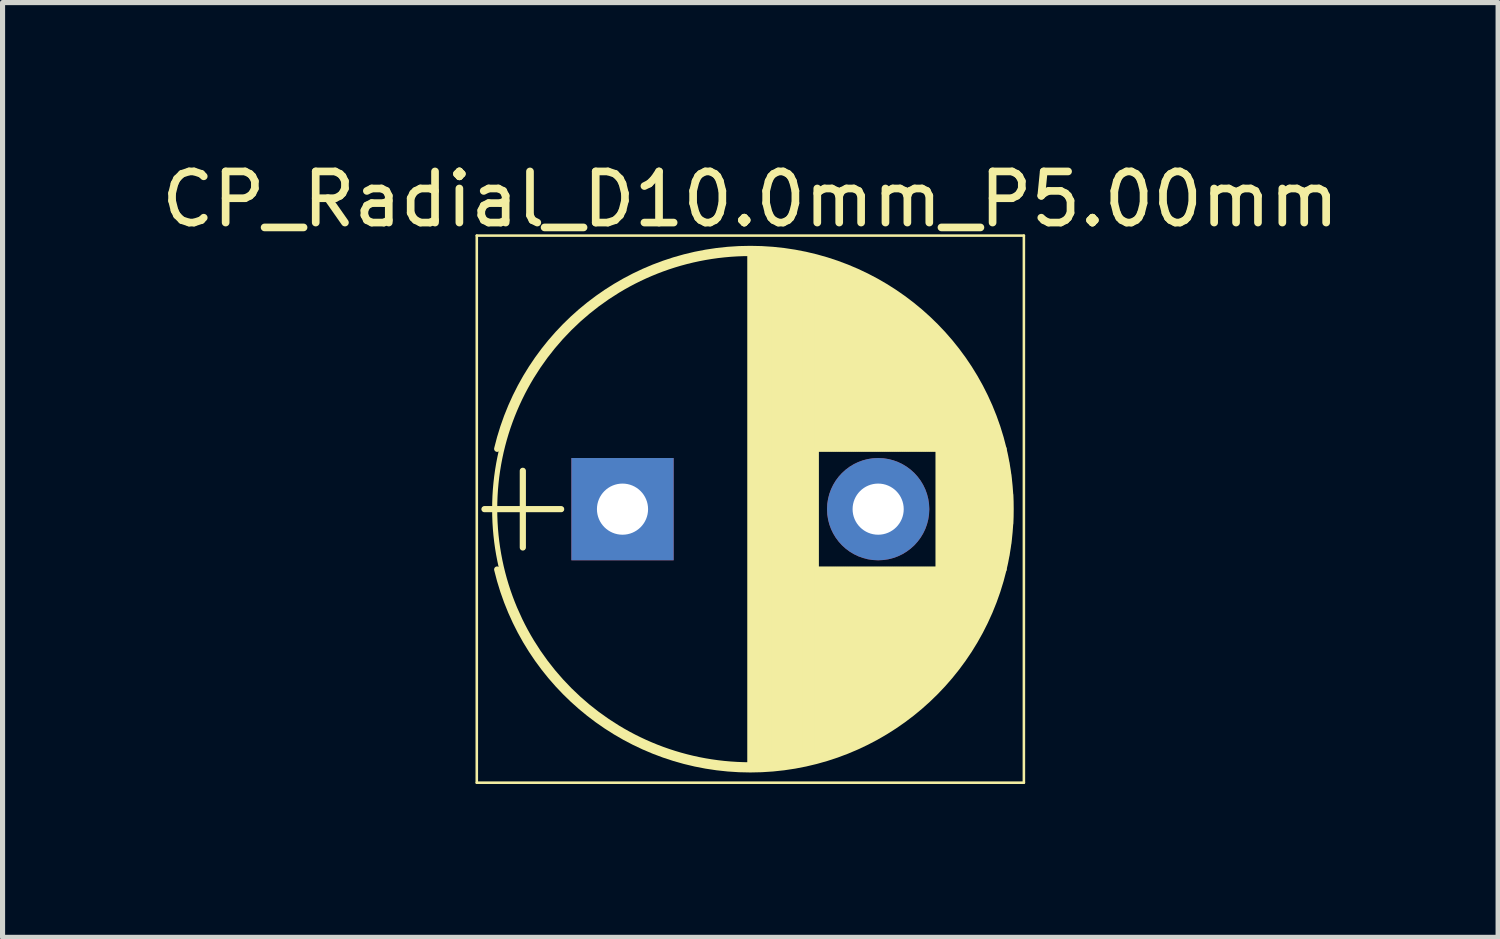
<source format=kicad_pcb>
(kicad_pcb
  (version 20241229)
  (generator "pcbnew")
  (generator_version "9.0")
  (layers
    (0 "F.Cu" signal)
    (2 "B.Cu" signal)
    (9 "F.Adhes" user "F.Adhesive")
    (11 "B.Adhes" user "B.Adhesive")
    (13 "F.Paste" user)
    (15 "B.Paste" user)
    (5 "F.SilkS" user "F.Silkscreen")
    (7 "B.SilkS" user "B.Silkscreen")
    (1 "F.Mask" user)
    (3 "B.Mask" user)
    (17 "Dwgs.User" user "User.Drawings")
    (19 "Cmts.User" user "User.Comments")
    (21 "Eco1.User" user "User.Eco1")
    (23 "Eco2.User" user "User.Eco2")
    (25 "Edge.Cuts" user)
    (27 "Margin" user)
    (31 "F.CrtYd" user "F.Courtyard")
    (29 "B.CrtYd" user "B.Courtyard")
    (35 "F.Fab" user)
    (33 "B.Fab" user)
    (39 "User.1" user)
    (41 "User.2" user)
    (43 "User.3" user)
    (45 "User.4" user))
  (footprint "CP_Radial_D10.0mm_P5.00mm"
    (layer "F.Cu")
    (at 9.125 6.908)
    (property "Reference" "CP_Radial_D10.0mm_P5.00mm" (at 2.5 -6.06 0) (layer "F.SilkS") (effects (font (size 1 1) (thickness 0.15))))
    (attr through_hole)
    (fp_line (start -2.85 -5.35) (end -2.85 5.35) (stroke (width 0.05) (type solid)) (layer "F.SilkS"))
    (fp_line (start -2.85 5.35) (end 7.85 5.35) (stroke (width 0.05) (type solid)) (layer "F.SilkS"))
    (fp_line (start -2.7 0) (end -1.2 0) (stroke (width 0.1) (type solid)) (layer "F.SilkS"))
    (fp_line (start -2.7 0) (end -1.2 0) (stroke (width 0.12) (type solid)) (layer "F.SilkS"))
    (fp_line (start -1.95 -0.75) (end -1.95 0.75) (stroke (width 0.1) (type solid)) (layer "F.SilkS"))
    (fp_line (start -1.95 -0.75) (end -1.95 0.75) (stroke (width 0.12) (type solid)) (layer "F.SilkS"))
    (fp_line (start 2.5 -5.05) (end 2.5 5.05) (stroke (width 0.12) (type solid)) (layer "F.SilkS"))
    (fp_line (start 2.54 -5.05) (end 2.54 5.05) (stroke (width 0.12) (type solid)) (layer "F.SilkS"))
    (fp_line (start 2.58 -5.05) (end 2.58 5.05) (stroke (width 0.12) (type solid)) (layer "F.SilkS"))
    (fp_line (start 2.62 -5.049) (end 2.62 5.049) (stroke (width 0.12) (type solid)) (layer "F.SilkS"))
    (fp_line (start 2.66 -5.048) (end 2.66 5.048) (stroke (width 0.12) (type solid)) (layer "F.SilkS"))
    (fp_line (start 2.7 -5.047) (end 2.7 5.047) (stroke (width 0.12) (type solid)) (layer "F.SilkS"))
    (fp_line (start 2.74 -5.045) (end 2.74 5.045) (stroke (width 0.12) (type solid)) (layer "F.SilkS"))
    (fp_line (start 2.78 -5.043) (end 2.78 5.043) (stroke (width 0.12) (type solid)) (layer "F.SilkS"))
    (fp_line (start 2.82 -5.04) (end 2.82 5.04) (stroke (width 0.12) (type solid)) (layer "F.SilkS"))
    (fp_line (start 2.86 -5.038) (end 2.86 5.038) (stroke (width 0.12) (type solid)) (layer "F.SilkS"))
    (fp_line (start 2.9 -5.035) (end 2.9 5.035) (stroke (width 0.12) (type solid)) (layer "F.SilkS"))
    (fp_line (start 2.94 -5.031) (end 2.94 5.031) (stroke (width 0.12) (type solid)) (layer "F.SilkS"))
    (fp_line (start 2.98 -5.028) (end 2.98 5.028) (stroke (width 0.12) (type solid)) (layer "F.SilkS"))
    (fp_line (start 3.02 -5.024) (end 3.02 5.024) (stroke (width 0.12) (type solid)) (layer "F.SilkS"))
    (fp_line (start 3.06 -5.02) (end 3.06 5.02) (stroke (width 0.12) (type solid)) (layer "F.SilkS"))
    (fp_line (start 3.1 -5.015) (end 3.1 5.015) (stroke (width 0.12) (type solid)) (layer "F.SilkS"))
    (fp_line (start 3.14 -5.01) (end 3.14 5.01) (stroke (width 0.12) (type solid)) (layer "F.SilkS"))
    (fp_line (start 3.18 -5.005) (end 3.18 5.005) (stroke (width 0.12) (type solid)) (layer "F.SilkS"))
    (fp_line (start 3.221 -4.999) (end 3.221 4.999) (stroke (width 0.12) (type solid)) (layer "F.SilkS"))
    (fp_line (start 3.261 -4.993) (end 3.261 4.993) (stroke (width 0.12) (type solid)) (layer "F.SilkS"))
    (fp_line (start 3.301 -4.987) (end 3.301 4.987) (stroke (width 0.12) (type solid)) (layer "F.SilkS"))
    (fp_line (start 3.341 -4.981) (end 3.341 4.981) (stroke (width 0.12) (type solid)) (layer "F.SilkS"))
    (fp_line (start 3.381 -4.974) (end 3.381 4.974) (stroke (width 0.12) (type solid)) (layer "F.SilkS"))
    (fp_line (start 3.421 -4.967) (end 3.421 4.967) (stroke (width 0.12) (type solid)) (layer "F.SilkS"))
    (fp_line (start 3.461 -4.959) (end 3.461 4.959) (stroke (width 0.12) (type solid)) (layer "F.SilkS"))
    (fp_line (start 3.501 -4.951) (end 3.501 4.951) (stroke (width 0.12) (type solid)) (layer "F.SilkS"))
    (fp_line (start 3.541 -4.943) (end 3.541 4.943) (stroke (width 0.12) (type solid)) (layer "F.SilkS"))
    (fp_line (start 3.581 -4.935) (end 3.581 4.935) (stroke (width 0.12) (type solid)) (layer "F.SilkS"))
    (fp_line (start 3.621 -4.926) (end 3.621 4.926) (stroke (width 0.12) (type solid)) (layer "F.SilkS"))
    (fp_line (start 3.661 -4.917) (end 3.661 4.917) (stroke (width 0.12) (type solid)) (layer "F.SilkS"))
    (fp_line (start 3.701 -4.907) (end 3.701 4.907) (stroke (width 0.12) (type solid)) (layer "F.SilkS"))
    (fp_line (start 3.741 -4.897) (end 3.741 4.897) (stroke (width 0.12) (type solid)) (layer "F.SilkS"))
    (fp_line (start 3.781 -4.887) (end 3.781 4.887) (stroke (width 0.12) (type solid)) (layer "F.SilkS"))
    (fp_line (start 3.821 -4.876) (end 3.821 -1.181) (stroke (width 0.12) (type solid)) (layer "F.SilkS"))
    (fp_line (start 3.821 1.181) (end 3.821 4.876) (stroke (width 0.12) (type solid)) (layer "F.SilkS"))
    (fp_line (start 3.861 -4.865) (end 3.861 -1.181) (stroke (width 0.12) (type solid)) (layer "F.SilkS"))
    (fp_line (start 3.861 1.181) (end 3.861 4.865) (stroke (width 0.12) (type solid)) (layer "F.SilkS"))
    (fp_line (start 3.901 -4.854) (end 3.901 -1.181) (stroke (width 0.12) (type solid)) (layer "F.SilkS"))
    (fp_line (start 3.901 1.181) (end 3.901 4.854) (stroke (width 0.12) (type solid)) (layer "F.SilkS"))
    (fp_line (start 3.941 -4.843) (end 3.941 -1.181) (stroke (width 0.12) (type solid)) (layer "F.SilkS"))
    (fp_line (start 3.941 1.181) (end 3.941 4.843) (stroke (width 0.12) (type solid)) (layer "F.SilkS"))
    (fp_line (start 3.981 -4.831) (end 3.981 -1.181) (stroke (width 0.12) (type solid)) (layer "F.SilkS"))
    (fp_line (start 3.981 1.181) (end 3.981 4.831) (stroke (width 0.12) (type solid)) (layer "F.SilkS"))
    (fp_line (start 4.021 -4.818) (end 4.021 -1.181) (stroke (width 0.12) (type solid)) (layer "F.SilkS"))
    (fp_line (start 4.021 1.181) (end 4.021 4.818) (stroke (width 0.12) (type solid)) (layer "F.SilkS"))
    (fp_line (start 4.061 -4.806) (end 4.061 -1.181) (stroke (width 0.12) (type solid)) (layer "F.SilkS"))
    (fp_line (start 4.061 1.181) (end 4.061 4.806) (stroke (width 0.12) (type solid)) (layer "F.SilkS"))
    (fp_line (start 4.101 -4.792) (end 4.101 -1.181) (stroke (width 0.12) (type solid)) (layer "F.SilkS"))
    (fp_line (start 4.101 1.181) (end 4.101 4.792) (stroke (width 0.12) (type solid)) (layer "F.SilkS"))
    (fp_line (start 4.141 -4.779) (end 4.141 -1.181) (stroke (width 0.12) (type solid)) (layer "F.SilkS"))
    (fp_line (start 4.141 1.181) (end 4.141 4.779) (stroke (width 0.12) (type solid)) (layer "F.SilkS"))
    (fp_line (start 4.181 -4.765) (end 4.181 -1.181) (stroke (width 0.12) (type solid)) (layer "F.SilkS"))
    (fp_line (start 4.181 1.181) (end 4.181 4.765) (stroke (width 0.12) (type solid)) (layer "F.SilkS"))
    (fp_line (start 4.221 -4.751) (end 4.221 -1.181) (stroke (width 0.12) (type solid)) (layer "F.SilkS"))
    (fp_line (start 4.221 1.181) (end 4.221 4.751) (stroke (width 0.12) (type solid)) (layer "F.SilkS"))
    (fp_line (start 4.261 -4.737) (end 4.261 -1.181) (stroke (width 0.12) (type solid)) (layer "F.SilkS"))
    (fp_line (start 4.261 1.181) (end 4.261 4.737) (stroke (width 0.12) (type solid)) (layer "F.SilkS"))
    (fp_line (start 4.301 -4.722) (end 4.301 -1.181) (stroke (width 0.12) (type solid)) (layer "F.SilkS"))
    (fp_line (start 4.301 1.181) (end 4.301 4.722) (stroke (width 0.12) (type solid)) (layer "F.SilkS"))
    (fp_line (start 4.341 -4.706) (end 4.341 -1.181) (stroke (width 0.12) (type solid)) (layer "F.SilkS"))
    (fp_line (start 4.341 1.181) (end 4.341 4.706) (stroke (width 0.12) (type solid)) (layer "F.SilkS"))
    (fp_line (start 4.381 -4.691) (end 4.381 -1.181) (stroke (width 0.12) (type solid)) (layer "F.SilkS"))
    (fp_line (start 4.381 1.181) (end 4.381 4.691) (stroke (width 0.12) (type solid)) (layer "F.SilkS"))
    (fp_line (start 4.421 -4.674) (end 4.421 -1.181) (stroke (width 0.12) (type solid)) (layer "F.SilkS"))
    (fp_line (start 4.421 1.181) (end 4.421 4.674) (stroke (width 0.12) (type solid)) (layer "F.SilkS"))
    (fp_line (start 4.461 -4.658) (end 4.461 -1.181) (stroke (width 0.12) (type solid)) (layer "F.SilkS"))
    (fp_line (start 4.461 1.181) (end 4.461 4.658) (stroke (width 0.12) (type solid)) (layer "F.SilkS"))
    (fp_line (start 4.501 -4.641) (end 4.501 -1.181) (stroke (width 0.12) (type solid)) (layer "F.SilkS"))
    (fp_line (start 4.501 1.181) (end 4.501 4.641) (stroke (width 0.12) (type solid)) (layer "F.SilkS"))
    (fp_line (start 4.541 -4.624) (end 4.541 -1.181) (stroke (width 0.12) (type solid)) (layer "F.SilkS"))
    (fp_line (start 4.541 1.181) (end 4.541 4.624) (stroke (width 0.12) (type solid)) (layer "F.SilkS"))
    (fp_line (start 4.581 -4.606) (end 4.581 -1.181) (stroke (width 0.12) (type solid)) (layer "F.SilkS"))
    (fp_line (start 4.581 1.181) (end 4.581 4.606) (stroke (width 0.12) (type solid)) (layer "F.SilkS"))
    (fp_line (start 4.621 -4.588) (end 4.621 -1.181) (stroke (width 0.12) (type solid)) (layer "F.SilkS"))
    (fp_line (start 4.621 1.181) (end 4.621 4.588) (stroke (width 0.12) (type solid)) (layer "F.SilkS"))
    (fp_line (start 4.661 -4.569) (end 4.661 -1.181) (stroke (width 0.12) (type solid)) (layer "F.SilkS"))
    (fp_line (start 4.661 1.181) (end 4.661 4.569) (stroke (width 0.12) (type solid)) (layer "F.SilkS"))
    (fp_line (start 4.701 -4.55) (end 4.701 -1.181) (stroke (width 0.12) (type solid)) (layer "F.SilkS"))
    (fp_line (start 4.701 1.181) (end 4.701 4.55) (stroke (width 0.12) (type solid)) (layer "F.SilkS"))
    (fp_line (start 4.741 -4.531) (end 4.741 -1.181) (stroke (width 0.12) (type solid)) (layer "F.SilkS"))
    (fp_line (start 4.741 1.181) (end 4.741 4.531) (stroke (width 0.12) (type solid)) (layer "F.SilkS"))
    (fp_line (start 4.781 -4.511) (end 4.781 -1.181) (stroke (width 0.12) (type solid)) (layer "F.SilkS"))
    (fp_line (start 4.781 1.181) (end 4.781 4.511) (stroke (width 0.12) (type solid)) (layer "F.SilkS"))
    (fp_line (start 4.821 -4.491) (end 4.821 -1.181) (stroke (width 0.12) (type solid)) (layer "F.SilkS"))
    (fp_line (start 4.821 1.181) (end 4.821 4.491) (stroke (width 0.12) (type solid)) (layer "F.SilkS"))
    (fp_line (start 4.861 -4.47) (end 4.861 -1.181) (stroke (width 0.12) (type solid)) (layer "F.SilkS"))
    (fp_line (start 4.861 1.181) (end 4.861 4.47) (stroke (width 0.12) (type solid)) (layer "F.SilkS"))
    (fp_line (start 4.901 -4.449) (end 4.901 -1.181) (stroke (width 0.12) (type solid)) (layer "F.SilkS"))
    (fp_line (start 4.901 1.181) (end 4.901 4.449) (stroke (width 0.12) (type solid)) (layer "F.SilkS"))
    (fp_line (start 4.941 -4.428) (end 4.941 -1.181) (stroke (width 0.12) (type solid)) (layer "F.SilkS"))
    (fp_line (start 4.941 1.181) (end 4.941 4.428) (stroke (width 0.12) (type solid)) (layer "F.SilkS"))
    (fp_line (start 4.981 -4.405) (end 4.981 -1.181) (stroke (width 0.12) (type solid)) (layer "F.SilkS"))
    (fp_line (start 4.981 1.181) (end 4.981 4.405) (stroke (width 0.12) (type solid)) (layer "F.SilkS"))
    (fp_line (start 5.021 -4.383) (end 5.021 -1.181) (stroke (width 0.12) (type solid)) (layer "F.SilkS"))
    (fp_line (start 5.021 1.181) (end 5.021 4.383) (stroke (width 0.12) (type solid)) (layer "F.SilkS"))
    (fp_line (start 5.061 -4.36) (end 5.061 -1.181) (stroke (width 0.12) (type solid)) (layer "F.SilkS"))
    (fp_line (start 5.061 1.181) (end 5.061 4.36) (stroke (width 0.12) (type solid)) (layer "F.SilkS"))
    (fp_line (start 5.101 -4.336) (end 5.101 -1.181) (stroke (width 0.12) (type solid)) (layer "F.SilkS"))
    (fp_line (start 5.101 1.181) (end 5.101 4.336) (stroke (width 0.12) (type solid)) (layer "F.SilkS"))
    (fp_line (start 5.141 -4.312) (end 5.141 -1.181) (stroke (width 0.12) (type solid)) (layer "F.SilkS"))
    (fp_line (start 5.141 1.181) (end 5.141 4.312) (stroke (width 0.12) (type solid)) (layer "F.SilkS"))
    (fp_line (start 5.181 -4.288) (end 5.181 -1.181) (stroke (width 0.12) (type solid)) (layer "F.SilkS"))
    (fp_line (start 5.181 1.181) (end 5.181 4.288) (stroke (width 0.12) (type solid)) (layer "F.SilkS"))
    (fp_line (start 5.221 -4.263) (end 5.221 -1.181) (stroke (width 0.12) (type solid)) (layer "F.SilkS"))
    (fp_line (start 5.221 1.181) (end 5.221 4.263) (stroke (width 0.12) (type solid)) (layer "F.SilkS"))
    (fp_line (start 5.261 -4.237) (end 5.261 -1.181) (stroke (width 0.12) (type solid)) (layer "F.SilkS"))
    (fp_line (start 5.261 1.181) (end 5.261 4.237) (stroke (width 0.12) (type solid)) (layer "F.SilkS"))
    (fp_line (start 5.301 -4.211) (end 5.301 -1.181) (stroke (width 0.12) (type solid)) (layer "F.SilkS"))
    (fp_line (start 5.301 1.181) (end 5.301 4.211) (stroke (width 0.12) (type solid)) (layer "F.SilkS"))
    (fp_line (start 5.341 -4.185) (end 5.341 -1.181) (stroke (width 0.12) (type solid)) (layer "F.SilkS"))
    (fp_line (start 5.341 1.181) (end 5.341 4.185) (stroke (width 0.12) (type solid)) (layer "F.SilkS"))
    (fp_line (start 5.381 -4.157) (end 5.381 -1.181) (stroke (width 0.12) (type solid)) (layer "F.SilkS"))
    (fp_line (start 5.381 1.181) (end 5.381 4.157) (stroke (width 0.12) (type solid)) (layer "F.SilkS"))
    (fp_line (start 5.421 -4.13) (end 5.421 -1.181) (stroke (width 0.12) (type solid)) (layer "F.SilkS"))
    (fp_line (start 5.421 1.181) (end 5.421 4.13) (stroke (width 0.12) (type solid)) (layer "F.SilkS"))
    (fp_line (start 5.461 -4.101) (end 5.461 -1.181) (stroke (width 0.12) (type solid)) (layer "F.SilkS"))
    (fp_line (start 5.461 1.181) (end 5.461 4.101) (stroke (width 0.12) (type solid)) (layer "F.SilkS"))
    (fp_line (start 5.501 -4.072) (end 5.501 -1.181) (stroke (width 0.12) (type solid)) (layer "F.SilkS"))
    (fp_line (start 5.501 1.181) (end 5.501 4.072) (stroke (width 0.12) (type solid)) (layer "F.SilkS"))
    (fp_line (start 5.541 -4.043) (end 5.541 -1.181) (stroke (width 0.12) (type solid)) (layer "F.SilkS"))
    (fp_line (start 5.541 1.181) (end 5.541 4.043) (stroke (width 0.12) (type solid)) (layer "F.SilkS"))
    (fp_line (start 5.581 -4.013) (end 5.581 -1.181) (stroke (width 0.12) (type solid)) (layer "F.SilkS"))
    (fp_line (start 5.581 1.181) (end 5.581 4.013) (stroke (width 0.12) (type solid)) (layer "F.SilkS"))
    (fp_line (start 5.621 -3.982) (end 5.621 -1.181) (stroke (width 0.12) (type solid)) (layer "F.SilkS"))
    (fp_line (start 5.621 1.181) (end 5.621 3.982) (stroke (width 0.12) (type solid)) (layer "F.SilkS"))
    (fp_line (start 5.661 -3.951) (end 5.661 -1.181) (stroke (width 0.12) (type solid)) (layer "F.SilkS"))
    (fp_line (start 5.661 1.181) (end 5.661 3.951) (stroke (width 0.12) (type solid)) (layer "F.SilkS"))
    (fp_line (start 5.701 -3.919) (end 5.701 -1.181) (stroke (width 0.12) (type solid)) (layer "F.SilkS"))
    (fp_line (start 5.701 1.181) (end 5.701 3.919) (stroke (width 0.12) (type solid)) (layer "F.SilkS"))
    (fp_line (start 5.741 -3.886) (end 5.741 -1.181) (stroke (width 0.12) (type solid)) (layer "F.SilkS"))
    (fp_line (start 5.741 1.181) (end 5.741 3.886) (stroke (width 0.12) (type solid)) (layer "F.SilkS"))
    (fp_line (start 5.781 -3.853) (end 5.781 -1.181) (stroke (width 0.12) (type solid)) (layer "F.SilkS"))
    (fp_line (start 5.781 1.181) (end 5.781 3.853) (stroke (width 0.12) (type solid)) (layer "F.SilkS"))
    (fp_line (start 5.821 -3.819) (end 5.821 -1.181) (stroke (width 0.12) (type solid)) (layer "F.SilkS"))
    (fp_line (start 5.821 1.181) (end 5.821 3.819) (stroke (width 0.12) (type solid)) (layer "F.SilkS"))
    (fp_line (start 5.861 -3.784) (end 5.861 -1.181) (stroke (width 0.12) (type solid)) (layer "F.SilkS"))
    (fp_line (start 5.861 1.181) (end 5.861 3.784) (stroke (width 0.12) (type solid)) (layer "F.SilkS"))
    (fp_line (start 5.901 -3.748) (end 5.901 -1.181) (stroke (width 0.12) (type solid)) (layer "F.SilkS"))
    (fp_line (start 5.901 1.181) (end 5.901 3.748) (stroke (width 0.12) (type solid)) (layer "F.SilkS"))
    (fp_line (start 5.941 -3.712) (end 5.941 -1.181) (stroke (width 0.12) (type solid)) (layer "F.SilkS"))
    (fp_line (start 5.941 1.181) (end 5.941 3.712) (stroke (width 0.12) (type solid)) (layer "F.SilkS"))
    (fp_line (start 5.981 -3.675) (end 5.981 -1.181) (stroke (width 0.12) (type solid)) (layer "F.SilkS"))
    (fp_line (start 5.981 1.181) (end 5.981 3.675) (stroke (width 0.12) (type solid)) (layer "F.SilkS"))
    (fp_line (start 6.021 -3.637) (end 6.021 -1.181) (stroke (width 0.12) (type solid)) (layer "F.SilkS"))
    (fp_line (start 6.021 1.181) (end 6.021 3.637) (stroke (width 0.12) (type solid)) (layer "F.SilkS"))
    (fp_line (start 6.061 -3.598) (end 6.061 -1.181) (stroke (width 0.12) (type solid)) (layer "F.SilkS"))
    (fp_line (start 6.061 1.181) (end 6.061 3.598) (stroke (width 0.12) (type solid)) (layer "F.SilkS"))
    (fp_line (start 6.101 -3.559) (end 6.101 -1.181) (stroke (width 0.12) (type solid)) (layer "F.SilkS"))
    (fp_line (start 6.101 1.181) (end 6.101 3.559) (stroke (width 0.12) (type solid)) (layer "F.SilkS"))
    (fp_line (start 6.141 -3.518) (end 6.141 -1.181) (stroke (width 0.12) (type solid)) (layer "F.SilkS"))
    (fp_line (start 6.141 1.181) (end 6.141 3.518) (stroke (width 0.12) (type solid)) (layer "F.SilkS"))
    (fp_line (start 6.181 -3.477) (end 6.181 3.477) (stroke (width 0.12) (type solid)) (layer "F.SilkS"))
    (fp_line (start 6.221 -3.435) (end 6.221 3.435) (stroke (width 0.12) (type solid)) (layer "F.SilkS"))
    (fp_line (start 6.261 -3.391) (end 6.261 3.391) (stroke (width 0.12) (type solid)) (layer "F.SilkS"))
    (fp_line (start 6.301 -3.347) (end 6.301 3.347) (stroke (width 0.12) (type solid)) (layer "F.SilkS"))
    (fp_line (start 6.341 -3.302) (end 6.341 3.302) (stroke (width 0.12) (type solid)) (layer "F.SilkS"))
    (fp_line (start 6.381 -3.255) (end 6.381 3.255) (stroke (width 0.12) (type solid)) (layer "F.SilkS"))
    (fp_line (start 6.421 -3.207) (end 6.421 3.207) (stroke (width 0.12) (type solid)) (layer "F.SilkS"))
    (fp_line (start 6.461 -3.158) (end 6.461 3.158) (stroke (width 0.12) (type solid)) (layer "F.SilkS"))
    (fp_line (start 6.501 -3.108) (end 6.501 3.108) (stroke (width 0.12) (type solid)) (layer "F.SilkS"))
    (fp_line (start 6.541 -3.057) (end 6.541 3.057) (stroke (width 0.12) (type solid)) (layer "F.SilkS"))
    (fp_line (start 6.581 -3.004) (end 6.581 3.004) (stroke (width 0.12) (type solid)) (layer "F.SilkS"))
    (fp_line (start 6.621 -2.949) (end 6.621 2.949) (stroke (width 0.12) (type solid)) (layer "F.SilkS"))
    (fp_line (start 6.661 -2.894) (end 6.661 2.894) (stroke (width 0.12) (type solid)) (layer "F.SilkS"))
    (fp_line (start 6.701 -2.836) (end 6.701 2.836) (stroke (width 0.12) (type solid)) (layer "F.SilkS"))
    (fp_line (start 6.741 -2.777) (end 6.741 2.777) (stroke (width 0.12) (type solid)) (layer "F.SilkS"))
    (fp_line (start 6.781 -2.715) (end 6.781 2.715) (stroke (width 0.12) (type solid)) (layer "F.SilkS"))
    (fp_line (start 6.821 -2.652) (end 6.821 2.652) (stroke (width 0.12) (type solid)) (layer "F.SilkS"))
    (fp_line (start 6.861 -2.587) (end 6.861 2.587) (stroke (width 0.12) (type solid)) (layer "F.SilkS"))
    (fp_line (start 6.901 -2.519) (end 6.901 2.519) (stroke (width 0.12) (type solid)) (layer "F.SilkS"))
    (fp_line (start 6.941 -2.449) (end 6.941 2.449) (stroke (width 0.12) (type solid)) (layer "F.SilkS"))
    (fp_line (start 6.981 -2.377) (end 6.981 2.377) (stroke (width 0.12) (type solid)) (layer "F.SilkS"))
    (fp_line (start 7.021 -2.301) (end 7.021 2.301) (stroke (width 0.12) (type solid)) (layer "F.SilkS"))
    (fp_line (start 7.061 -2.222) (end 7.061 2.222) (stroke (width 0.12) (type solid)) (layer "F.SilkS"))
    (fp_line (start 7.101 -2.14) (end 7.101 2.14) (stroke (width 0.12) (type solid)) (layer "F.SilkS"))
    (fp_line (start 7.141 -2.053) (end 7.141 2.053) (stroke (width 0.12) (type solid)) (layer "F.SilkS"))
    (fp_line (start 7.181 -1.962) (end 7.181 1.962) (stroke (width 0.12) (type solid)) (layer "F.SilkS"))
    (fp_line (start 7.221 -1.866) (end 7.221 1.866) (stroke (width 0.12) (type solid)) (layer "F.SilkS"))
    (fp_line (start 7.261 -1.763) (end 7.261 1.763) (stroke (width 0.12) (type solid)) (layer "F.SilkS"))
    (fp_line (start 7.301 -1.654) (end 7.301 1.654) (stroke (width 0.12) (type solid)) (layer "F.SilkS"))
    (fp_line (start 7.341 -1.536) (end 7.341 1.536) (stroke (width 0.12) (type solid)) (layer "F.SilkS"))
    (fp_line (start 7.381 -1.407) (end 7.381 1.407) (stroke (width 0.12) (type solid)) (layer "F.SilkS"))
    (fp_line (start 7.421 -1.265) (end 7.421 1.265) (stroke (width 0.12) (type solid)) (layer "F.SilkS"))
    (fp_line (start 7.461 -1.104) (end 7.461 1.104) (stroke (width 0.12) (type solid)) (layer "F.SilkS"))
    (fp_line (start 7.501 -0.913) (end 7.501 0.913) (stroke (width 0.12) (type solid)) (layer "F.SilkS"))
    (fp_line (start 7.541 -0.672) (end 7.541 0.672) (stroke (width 0.12) (type solid)) (layer "F.SilkS"))
    (fp_line (start 7.581 -0.279) (end 7.581 0.279) (stroke (width 0.12) (type solid)) (layer "F.SilkS"))
    (fp_line (start 7.85 -5.35) (end -2.85 -5.35) (stroke (width 0.05) (type solid)) (layer "F.SilkS"))
    (fp_line (start 7.85 5.35) (end 7.85 -5.35) (stroke (width 0.05) (type solid)) (layer "F.SilkS"))
    (fp_arc (start -2.451333 -1.18) (mid 2.500414 -5.09) (end 7.451525 -1.179194) (stroke (width 0.12) (type solid)) (layer "F.SilkS"))
    (fp_arc (start 7.451333 -1.18) (mid 7.59 -0.000414) (end 7.451525 1.179194) (stroke (width 0.12) (type solid)) (layer "F.SilkS"))
    (fp_arc (start 7.451525 1.179194) (mid 2.500414 5.09) (end -2.451333 1.18) (stroke (width 0.12) (type solid)) (layer "F.SilkS"))
    (fp_circle (center 2.5 0) (end 7.5 0) (stroke (width 0.1) (type solid)) (fill no) (layer "F.SilkS"))
    (pad "1" thru_hole rect (at 0 0) (size 2 2) (drill 1) (layers "*.Cu" "*.Mask"))
    (pad "2" thru_hole circle (at 5 0) (size 2 2) (drill 1) (layers "*.Cu" "*.Mask")))
  (gr_rect
    (start -3 -3)
    (end 26.25 15.283)
    (stroke (width 0.1) (type default))
    (fill no)
    (layer "Edge.Cuts")))
</source>
